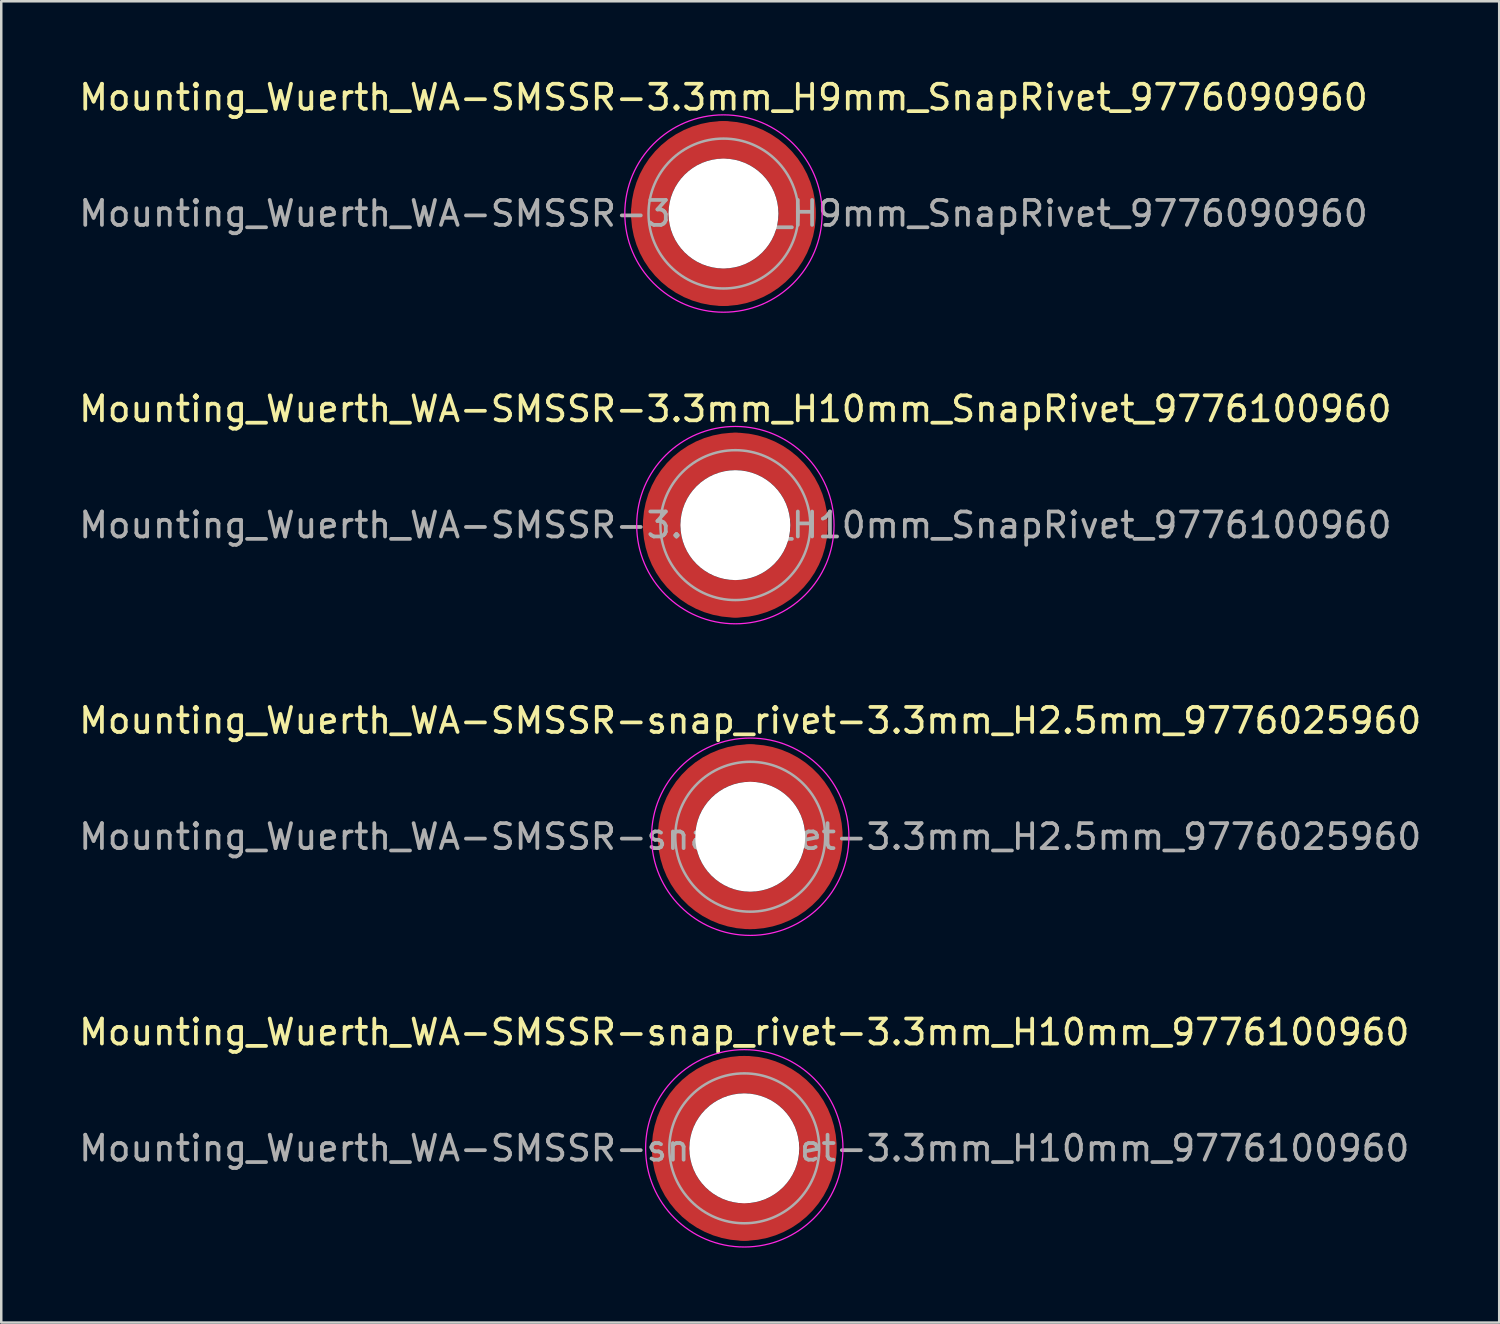
<source format=kicad_pcb>
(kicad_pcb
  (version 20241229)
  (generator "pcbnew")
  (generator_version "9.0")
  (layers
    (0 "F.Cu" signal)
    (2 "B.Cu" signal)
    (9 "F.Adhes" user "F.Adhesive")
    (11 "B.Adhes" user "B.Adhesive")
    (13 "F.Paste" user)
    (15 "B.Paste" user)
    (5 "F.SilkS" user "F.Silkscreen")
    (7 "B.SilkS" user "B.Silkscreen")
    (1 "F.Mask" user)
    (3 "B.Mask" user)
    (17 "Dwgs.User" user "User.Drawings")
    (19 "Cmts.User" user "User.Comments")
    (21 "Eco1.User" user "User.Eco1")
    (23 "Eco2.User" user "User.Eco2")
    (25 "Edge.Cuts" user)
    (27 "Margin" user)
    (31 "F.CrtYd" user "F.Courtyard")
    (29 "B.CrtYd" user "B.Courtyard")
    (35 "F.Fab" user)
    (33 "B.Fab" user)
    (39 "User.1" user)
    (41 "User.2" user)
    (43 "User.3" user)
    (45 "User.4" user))
  (footprint "Mounting_Wuerth_WA-SMSSR-3.3mm_H10mm_SnapRivet_9776100960"
    (layer "F.Cu")
    (at 26.387 17.971)
    (property "Reference" "Mounting_Wuerth_WA-SMSSR-3.3mm_H10mm_SnapRivet_9776100960" (at 0 -4.65 0) (layer "F.SilkS") (effects (font (size 1 1) (thickness 0.15))))
    (attr smd)
    (fp_circle (center 0 0) (end 3.95 0) (stroke (width 0.05) (type solid)) (fill no) (layer "F.CrtYd"))
    (fp_circle (center 0 0) (end 3 0) (stroke (width 0.1) (type solid)) (fill no) (layer "F.Fab"))
    (fp_text user "${REFERENCE}" (at 0 0 0) (layer "F.Fab") (effects (font (size 1 1) (thickness 0.15))))
    (pad "" smd custom (at -2.077 -2.077) (size 0.698 0.698) (layers "F.Paste") (options (anchor circle)) (primitives (gr_arc (start -0.208831 1.577126) (mid 0.422496 0.422496) (end 1.577126 -0.208831) (width 0.2)) (gr_arc (start -0.310669 1.577126) (mid 0.35208 0.35208) (end 1.577126 -0.310669) (width 0.2)) (gr_arc (start -0.412325 1.577126) (mid 0.281664 0.281664) (end 1.577126 -0.412325) (width 0.2)) (gr_arc (start -0.51382 1.577126) (mid 0.211248 0.211248) (end 1.577126 -0.51382) (width 0.2)) (gr_arc (start -0.615172 1.577126) (mid 0.140832 0.140832) (end 1.577126 -0.615172) (width 0.2)) (gr_arc (start -0.716397 1.577126) (mid 0.070416 0.070416) (end 1.577126 -0.716397) (width 0.2)) (gr_arc (start -0.817508 1.577126) (mid 0 0) (end 1.577126 -0.817508) (width 0.2)) (gr_arc (start -0.918517 1.577126) (mid -0.070416 -0.070416) (end 1.577126 -0.918517) (width 0.2)) (gr_arc (start -1.019433 1.577126) (mid -0.140832 -0.140832) (end 1.577126 -1.019433) (width 0.2)) (gr_arc (start -1.120266 1.577126) (mid -0.211248 -0.211248) (end 1.577126 -1.120266) (width 0.2)) (gr_arc (start -1.221022 1.577126) (mid -0.281664 -0.281664) (end 1.577126 -1.221022) (width 0.2)) (gr_arc (start -1.32171 1.577126) (mid -0.35208 -0.35208) (end 1.577126 -1.32171) (width 0.2)) (gr_arc (start -1.422335 1.577126) (mid -0.422497 -0.422497) (end 1.577126 -1.422335) (width 0.2)) (gr_line (start 1.577 -0.209) (end 1.577 -1.422) (width 0.2)) (gr_line (start -0.209 1.577) (end -1.422 1.577) (width 0.2))))
    (pad "" smd custom (at -2.077 2.077) (size 0.698 0.698) (layers "F.Paste") (options (anchor circle)) (primitives (gr_arc (start 1.577126 0.208831) (mid 0.422496 -0.422496) (end -0.208831 -1.577126) (width 0.2)) (gr_arc (start 1.577126 0.310669) (mid 0.35208 -0.35208) (end -0.310669 -1.577126) (width 0.2)) (gr_arc (start 1.577126 0.412325) (mid 0.281664 -0.281664) (end -0.412325 -1.577126) (width 0.2)) (gr_arc (start 1.577126 0.51382) (mid 0.211248 -0.211248) (end -0.51382 -1.577126) (width 0.2)) (gr_arc (start 1.577126 0.615172) (mid 0.140832 -0.140832) (end -0.615172 -1.577126) (width 0.2)) (gr_arc (start 1.577126 0.716397) (mid 0.070416 -0.070416) (end -0.716397 -1.577126) (width 0.2)) (gr_arc (start 1.577126 0.817508) (mid 0 0) (end -0.817508 -1.577126) (width 0.2)) (gr_arc (start 1.577126 0.918517) (mid -0.070416 0.070416) (end -0.918517 -1.577126) (width 0.2)) (gr_arc (start 1.577126 1.019433) (mid -0.140832 0.140832) (end -1.019433 -1.577126) (width 0.2)) (gr_arc (start 1.577126 1.120266) (mid -0.211248 0.211248) (end -1.120266 -1.577126) (width 0.2)) (gr_arc (start 1.577126 1.221022) (mid -0.281664 0.281664) (end -1.221022 -1.577126) (width 0.2)) (gr_arc (start 1.577126 1.32171) (mid -0.35208 0.35208) (end -1.32171 -1.577126) (width 0.2)) (gr_arc (start 1.577126 1.422335) (mid -0.422497 0.422497) (end -1.422335 -1.577126) (width 0.2)) (gr_line (start -0.209 -1.577) (end -1.422 -1.577) (width 0.2)) (gr_line (start 1.577 0.209) (end 1.577 1.422) (width 0.2))))
    (pad "" np_thru_hole circle (at 0 0) (size 4.4 4.4) (drill 4.4) (layers "*.Cu" "*.Mask"))
    (pad "" smd custom (at 2.077 -2.077) (size 0.698 0.698) (layers "F.Paste") (options (anchor circle)) (primitives (gr_arc (start -1.577126 -0.208831) (mid -0.422496 0.422496) (end 0.208831 1.577126) (width 0.2)) (gr_arc (start -1.577126 -0.310669) (mid -0.35208 0.35208) (end 0.310669 1.577126) (width 0.2)) (gr_arc (start -1.577126 -0.412325) (mid -0.281664 0.281664) (end 0.412325 1.577126) (width 0.2)) (gr_arc (start -1.577126 -0.51382) (mid -0.211248 0.211248) (end 0.51382 1.577126) (width 0.2)) (gr_arc (start -1.577126 -0.615172) (mid -0.140832 0.140832) (end 0.615172 1.577126) (width 0.2)) (gr_arc (start -1.577126 -0.716397) (mid -0.070416 0.070416) (end 0.716397 1.577126) (width 0.2)) (gr_arc (start -1.577126 -0.817508) (mid 0 0) (end 0.817508 1.577126) (width 0.2)) (gr_arc (start -1.577126 -0.918517) (mid 0.070416 -0.070416) (end 0.918517 1.577126) (width 0.2)) (gr_arc (start -1.577126 -1.019433) (mid 0.140832 -0.140832) (end 1.019433 1.577126) (width 0.2)) (gr_arc (start -1.577126 -1.120266) (mid 0.211248 -0.211248) (end 1.120266 1.577126) (width 0.2)) (gr_arc (start -1.577126 -1.221022) (mid 0.281664 -0.281664) (end 1.221022 1.577126) (width 0.2)) (gr_arc (start -1.577126 -1.32171) (mid 0.35208 -0.35208) (end 1.32171 1.577126) (width 0.2)) (gr_arc (start -1.577126 -1.422335) (mid 0.422497 -0.422497) (end 1.422335 1.577126) (width 0.2)) (gr_line (start 0.209 1.577) (end 1.422 1.577) (width 0.2)) (gr_line (start -1.577 -0.209) (end -1.577 -1.422) (width 0.2))))
    (pad "" smd custom (at 2.077 2.077) (size 0.698 0.698) (layers "F.Paste") (options (anchor circle)) (primitives (gr_arc (start 0.208831 -1.577126) (mid -0.422496 -0.422496) (end -1.577126 0.208831) (width 0.2)) (gr_arc (start 0.310669 -1.577126) (mid -0.35208 -0.35208) (end -1.577126 0.310669) (width 0.2)) (gr_arc (start 0.412325 -1.577126) (mid -0.281664 -0.281664) (end -1.577126 0.412325) (width 0.2)) (gr_arc (start 0.51382 -1.577126) (mid -0.211248 -0.211248) (end -1.577126 0.51382) (width 0.2)) (gr_arc (start 0.615172 -1.577126) (mid -0.140832 -0.140832) (end -1.577126 0.615172) (width 0.2)) (gr_arc (start 0.716397 -1.577126) (mid -0.070416 -0.070416) (end -1.577126 0.716397) (width 0.2)) (gr_arc (start 0.817508 -1.577126) (mid 0 0) (end -1.577126 0.817508) (width 0.2)) (gr_arc (start 0.918517 -1.577126) (mid 0.070416 0.070416) (end -1.577126 0.918517) (width 0.2)) (gr_arc (start 1.019433 -1.577126) (mid 0.140832 0.140832) (end -1.577126 1.019433) (width 0.2)) (gr_arc (start 1.120266 -1.577126) (mid 0.211248 0.211248) (end -1.577126 1.120266) (width 0.2)) (gr_arc (start 1.221022 -1.577126) (mid 0.281664 0.281664) (end -1.577126 1.221022) (width 0.2)) (gr_arc (start 1.32171 -1.577126) (mid 0.35208 0.35208) (end -1.577126 1.32171) (width 0.2)) (gr_arc (start 1.422335 -1.577126) (mid 0.422497 0.422497) (end -1.577126 1.422335) (width 0.2)) (gr_line (start -1.577 0.209) (end -1.577 1.422) (width 0.2)) (gr_line (start 0.209 -1.577) (end 1.422 -1.577) (width 0.2))))
    (pad "1" smd circle (at -2.95 0) (size 1.5 1.5) (layers "F.Cu"))
    (pad "1" smd circle (at 0 -2.95) (size 1.5 1.5) (layers "F.Cu"))
    (pad "1" smd circle (at 0 2.95) (size 1.5 1.5) (layers "F.Cu"))
    (pad "1" smd custom (at 2.95 0) (size 1.5 1.5) (layers "F.Cu" "F.Mask") (options (anchor circle)) (primitives (gr_circle (center -2.95 0) (end 0 0) (width 1.5) (fill no)))))
  (footprint "Mounting_Wuerth_WA-SMSSR-snap_rivet-3.3mm_H2.5mm_9776025960"
    (layer "F.Cu")
    (at 26.982 30.445)
    (property "Reference" "Mounting_Wuerth_WA-SMSSR-snap_rivet-3.3mm_H2.5mm_9776025960" (at 0 -4.65 0) (layer "F.SilkS") (effects (font (size 1 1) (thickness 0.15))))
    (attr smd)
    (fp_circle (center 0 0) (end 3.95 0) (stroke (width 0.05) (type solid)) (fill no) (layer "F.CrtYd"))
    (fp_circle (center 0 0) (end 3 0) (stroke (width 0.1) (type solid)) (fill no) (layer "F.Fab"))
    (fp_text user "${REFERENCE}" (at 0 0 0) (layer "F.Fab") (effects (font (size 1 1) (thickness 0.15))))
    (pad "" smd custom (at -2.077 -2.077) (size 1.395 1.395) (layers "F.Paste") (options (anchor circle)) (primitives (gr_arc (start -0.400978 1.328376) (mid 0.246603 0.246603) (end 1.328376 -0.400978) (width 0.6975)) (gr_arc (start -0.763346 1.328376) (mid 0 0) (end 1.328376 -0.763346) (width 0.6975)) (gr_arc (start -1.122688 1.328376) (mid -0.246603 -0.246603) (end 1.328376 -1.122688) (width 0.6975)) (gr_line (start 1.328 -0.401) (end 1.328 -1.123) (width 0.698)) (gr_line (start -0.401 1.328) (end -1.123 1.328) (width 0.698))))
    (pad "" smd custom (at -2.077 2.077) (size 1.395 1.395) (layers "F.Paste") (options (anchor circle)) (primitives (gr_arc (start 1.328376 0.400978) (mid 0.246603 -0.246603) (end -0.400978 -1.328376) (width 0.6975)) (gr_arc (start 1.328376 0.763346) (mid 0 0) (end -0.763346 -1.328376) (width 0.6975)) (gr_arc (start 1.328376 1.122688) (mid -0.246603 0.246603) (end -1.122688 -1.328376) (width 0.6975)) (gr_line (start -0.401 -1.328) (end -1.123 -1.328) (width 0.698)) (gr_line (start 1.328 0.401) (end 1.328 1.123) (width 0.698))))
    (pad "" np_thru_hole circle (at 0 0) (size 4.4 4.4) (drill 4.4) (layers "*.Cu" "*.Mask"))
    (pad "" smd custom (at 2.077 -2.077) (size 1.395 1.395) (layers "F.Paste") (options (anchor circle)) (primitives (gr_arc (start -1.328376 -0.400978) (mid -0.246603 0.246603) (end 0.400978 1.328376) (width 0.6975)) (gr_arc (start -1.328376 -0.763346) (mid 0 0) (end 0.763346 1.328376) (width 0.6975)) (gr_arc (start -1.328376 -1.122688) (mid 0.246603 -0.246603) (end 1.122688 1.328376) (width 0.6975)) (gr_line (start 0.401 1.328) (end 1.123 1.328) (width 0.698)) (gr_line (start -1.328 -0.401) (end -1.328 -1.123) (width 0.698))))
    (pad "" smd custom (at 2.077 2.077) (size 1.395 1.395) (layers "F.Paste") (options (anchor circle)) (primitives (gr_arc (start 0.400978 -1.328376) (mid -0.246603 -0.246603) (end -1.328376 0.400978) (width 0.6975)) (gr_arc (start 0.763346 -1.328376) (mid 0 0) (end -1.328376 0.763346) (width 0.6975)) (gr_arc (start 1.122688 -1.328376) (mid 0.246603 0.246603) (end -1.328376 1.122688) (width 0.6975)) (gr_line (start -1.328 0.401) (end -1.328 1.123) (width 0.698)) (gr_line (start 0.401 -1.328) (end 1.123 -1.328) (width 0.698))))
    (pad "1" smd circle (at -2.95 0) (size 1.5 1.5) (layers "F.Cu"))
    (pad "1" smd circle (at 0 -2.95) (size 1.5 1.5) (layers "F.Cu"))
    (pad "1" smd circle (at 0 2.95) (size 1.5 1.5) (layers "F.Cu"))
    (pad "1" smd custom (at 2.95 0) (size 1.5 1.5) (layers "F.Cu" "F.Mask") (options (anchor circle)) (primitives (gr_circle (center -2.95 0) (end 0 0) (width 1.5) (fill no)))))
  (footprint "Mounting_Wuerth_WA-SMSSR-snap_rivet-3.3mm_H10mm_9776100960"
    (layer "F.Cu")
    (at 26.744 42.918)
    (property "Reference" "Mounting_Wuerth_WA-SMSSR-snap_rivet-3.3mm_H10mm_9776100960" (at 0 -4.65 0) (layer "F.SilkS") (effects (font (size 1 1) (thickness 0.15))))
    (attr smd)
    (fp_circle (center 0 0) (end 3.95 0) (stroke (width 0.05) (type solid)) (fill no) (layer "F.CrtYd"))
    (fp_circle (center 0 0) (end 3 0) (stroke (width 0.1) (type solid)) (fill no) (layer "F.Fab"))
    (fp_text user "${REFERENCE}" (at 0 0 0) (layer "F.Fab") (effects (font (size 1 1) (thickness 0.15))))
    (pad "" smd custom (at -2.077 -2.077) (size 1.395 1.395) (layers "F.Paste") (options (anchor circle)) (primitives (gr_arc (start -0.400978 1.328376) (mid 0.246603 0.246603) (end 1.328376 -0.400978) (width 0.6975)) (gr_arc (start -0.763346 1.328376) (mid 0 0) (end 1.328376 -0.763346) (width 0.6975)) (gr_arc (start -1.122688 1.328376) (mid -0.246603 -0.246603) (end 1.328376 -1.122688) (width 0.6975)) (gr_line (start 1.328 -0.401) (end 1.328 -1.123) (width 0.698)) (gr_line (start -0.401 1.328) (end -1.123 1.328) (width 0.698))))
    (pad "" smd custom (at -2.077 2.077) (size 1.395 1.395) (layers "F.Paste") (options (anchor circle)) (primitives (gr_arc (start 1.328376 0.400978) (mid 0.246603 -0.246603) (end -0.400978 -1.328376) (width 0.6975)) (gr_arc (start 1.328376 0.763346) (mid 0 0) (end -0.763346 -1.328376) (width 0.6975)) (gr_arc (start 1.328376 1.122688) (mid -0.246603 0.246603) (end -1.122688 -1.328376) (width 0.6975)) (gr_line (start -0.401 -1.328) (end -1.123 -1.328) (width 0.698)) (gr_line (start 1.328 0.401) (end 1.328 1.123) (width 0.698))))
    (pad "" np_thru_hole circle (at 0 0) (size 4.4 4.4) (drill 4.4) (layers "*.Cu" "*.Mask"))
    (pad "" smd custom (at 2.077 -2.077) (size 1.395 1.395) (layers "F.Paste") (options (anchor circle)) (primitives (gr_arc (start -1.328376 -0.400978) (mid -0.246603 0.246603) (end 0.400978 1.328376) (width 0.6975)) (gr_arc (start -1.328376 -0.763346) (mid 0 0) (end 0.763346 1.328376) (width 0.6975)) (gr_arc (start -1.328376 -1.122688) (mid 0.246603 -0.246603) (end 1.122688 1.328376) (width 0.6975)) (gr_line (start 0.401 1.328) (end 1.123 1.328) (width 0.698)) (gr_line (start -1.328 -0.401) (end -1.328 -1.123) (width 0.698))))
    (pad "" smd custom (at 2.077 2.077) (size 1.395 1.395) (layers "F.Paste") (options (anchor circle)) (primitives (gr_arc (start 0.400978 -1.328376) (mid -0.246603 -0.246603) (end -1.328376 0.400978) (width 0.6975)) (gr_arc (start 0.763346 -1.328376) (mid 0 0) (end -1.328376 0.763346) (width 0.6975)) (gr_arc (start 1.122688 -1.328376) (mid 0.246603 0.246603) (end -1.328376 1.122688) (width 0.6975)) (gr_line (start -1.328 0.401) (end -1.328 1.123) (width 0.698)) (gr_line (start 0.401 -1.328) (end 1.123 -1.328) (width 0.698))))
    (pad "1" smd circle (at -2.95 0) (size 1.5 1.5) (layers "F.Cu"))
    (pad "1" smd circle (at 0 -2.95) (size 1.5 1.5) (layers "F.Cu"))
    (pad "1" smd circle (at 0 2.95) (size 1.5 1.5) (layers "F.Cu"))
    (pad "1" smd custom (at 2.95 0) (size 1.5 1.5) (layers "F.Cu" "F.Mask") (options (anchor circle)) (primitives (gr_circle (center -2.95 0) (end 0 0) (width 1.5) (fill no)))))
  (footprint "Mounting_Wuerth_WA-SMSSR-3.3mm_H9mm_SnapRivet_9776090960"
    (layer "F.Cu")
    (at 25.911 5.498)
    (property "Reference" "Mounting_Wuerth_WA-SMSSR-3.3mm_H9mm_SnapRivet_9776090960" (at 0 -4.65 0) (layer "F.SilkS") (effects (font (size 1 1) (thickness 0.15))))
    (attr smd)
    (fp_circle (center 0 0) (end 3.95 0) (stroke (width 0.05) (type solid)) (fill no) (layer "F.CrtYd"))
    (fp_circle (center 0 0) (end 3 0) (stroke (width 0.1) (type solid)) (fill no) (layer "F.Fab"))
    (fp_text user "${REFERENCE}" (at 0 0 0) (layer "F.Fab") (effects (font (size 1 1) (thickness 0.15))))
    (pad "" smd custom (at -2.077 -2.077) (size 0.698 0.698) (layers "F.Paste") (options (anchor circle)) (primitives (gr_arc (start -0.208831 1.577126) (mid 0.422496 0.422496) (end 1.577126 -0.208831) (width 0.2)) (gr_arc (start -0.310669 1.577126) (mid 0.35208 0.35208) (end 1.577126 -0.310669) (width 0.2)) (gr_arc (start -0.412325 1.577126) (mid 0.281664 0.281664) (end 1.577126 -0.412325) (width 0.2)) (gr_arc (start -0.51382 1.577126) (mid 0.211248 0.211248) (end 1.577126 -0.51382) (width 0.2)) (gr_arc (start -0.615172 1.577126) (mid 0.140832 0.140832) (end 1.577126 -0.615172) (width 0.2)) (gr_arc (start -0.716397 1.577126) (mid 0.070416 0.070416) (end 1.577126 -0.716397) (width 0.2)) (gr_arc (start -0.817508 1.577126) (mid 0 0) (end 1.577126 -0.817508) (width 0.2)) (gr_arc (start -0.918517 1.577126) (mid -0.070416 -0.070416) (end 1.577126 -0.918517) (width 0.2)) (gr_arc (start -1.019433 1.577126) (mid -0.140832 -0.140832) (end 1.577126 -1.019433) (width 0.2)) (gr_arc (start -1.120266 1.577126) (mid -0.211248 -0.211248) (end 1.577126 -1.120266) (width 0.2)) (gr_arc (start -1.221022 1.577126) (mid -0.281664 -0.281664) (end 1.577126 -1.221022) (width 0.2)) (gr_arc (start -1.32171 1.577126) (mid -0.35208 -0.35208) (end 1.577126 -1.32171) (width 0.2)) (gr_arc (start -1.422335 1.577126) (mid -0.422497 -0.422497) (end 1.577126 -1.422335) (width 0.2)) (gr_line (start 1.577 -0.209) (end 1.577 -1.422) (width 0.2)) (gr_line (start -0.209 1.577) (end -1.422 1.577) (width 0.2))))
    (pad "" smd custom (at -2.077 2.077) (size 0.698 0.698) (layers "F.Paste") (options (anchor circle)) (primitives (gr_arc (start 1.577126 0.208831) (mid 0.422496 -0.422496) (end -0.208831 -1.577126) (width 0.2)) (gr_arc (start 1.577126 0.310669) (mid 0.35208 -0.35208) (end -0.310669 -1.577126) (width 0.2)) (gr_arc (start 1.577126 0.412325) (mid 0.281664 -0.281664) (end -0.412325 -1.577126) (width 0.2)) (gr_arc (start 1.577126 0.51382) (mid 0.211248 -0.211248) (end -0.51382 -1.577126) (width 0.2)) (gr_arc (start 1.577126 0.615172) (mid 0.140832 -0.140832) (end -0.615172 -1.577126) (width 0.2)) (gr_arc (start 1.577126 0.716397) (mid 0.070416 -0.070416) (end -0.716397 -1.577126) (width 0.2)) (gr_arc (start 1.577126 0.817508) (mid 0 0) (end -0.817508 -1.577126) (width 0.2)) (gr_arc (start 1.577126 0.918517) (mid -0.070416 0.070416) (end -0.918517 -1.577126) (width 0.2)) (gr_arc (start 1.577126 1.019433) (mid -0.140832 0.140832) (end -1.019433 -1.577126) (width 0.2)) (gr_arc (start 1.577126 1.120266) (mid -0.211248 0.211248) (end -1.120266 -1.577126) (width 0.2)) (gr_arc (start 1.577126 1.221022) (mid -0.281664 0.281664) (end -1.221022 -1.577126) (width 0.2)) (gr_arc (start 1.577126 1.32171) (mid -0.35208 0.35208) (end -1.32171 -1.577126) (width 0.2)) (gr_arc (start 1.577126 1.422335) (mid -0.422497 0.422497) (end -1.422335 -1.577126) (width 0.2)) (gr_line (start -0.209 -1.577) (end -1.422 -1.577) (width 0.2)) (gr_line (start 1.577 0.209) (end 1.577 1.422) (width 0.2))))
    (pad "" np_thru_hole circle (at 0 0) (size 4.4 4.4) (drill 4.4) (layers "*.Cu" "*.Mask"))
    (pad "" smd custom (at 2.077 -2.077) (size 0.698 0.698) (layers "F.Paste") (options (anchor circle)) (primitives (gr_arc (start -1.577126 -0.208831) (mid -0.422496 0.422496) (end 0.208831 1.577126) (width 0.2)) (gr_arc (start -1.577126 -0.310669) (mid -0.35208 0.35208) (end 0.310669 1.577126) (width 0.2)) (gr_arc (start -1.577126 -0.412325) (mid -0.281664 0.281664) (end 0.412325 1.577126) (width 0.2)) (gr_arc (start -1.577126 -0.51382) (mid -0.211248 0.211248) (end 0.51382 1.577126) (width 0.2)) (gr_arc (start -1.577126 -0.615172) (mid -0.140832 0.140832) (end 0.615172 1.577126) (width 0.2)) (gr_arc (start -1.577126 -0.716397) (mid -0.070416 0.070416) (end 0.716397 1.577126) (width 0.2)) (gr_arc (start -1.577126 -0.817508) (mid 0 0) (end 0.817508 1.577126) (width 0.2)) (gr_arc (start -1.577126 -0.918517) (mid 0.070416 -0.070416) (end 0.918517 1.577126) (width 0.2)) (gr_arc (start -1.577126 -1.019433) (mid 0.140832 -0.140832) (end 1.019433 1.577126) (width 0.2)) (gr_arc (start -1.577126 -1.120266) (mid 0.211248 -0.211248) (end 1.120266 1.577126) (width 0.2)) (gr_arc (start -1.577126 -1.221022) (mid 0.281664 -0.281664) (end 1.221022 1.577126) (width 0.2)) (gr_arc (start -1.577126 -1.32171) (mid 0.35208 -0.35208) (end 1.32171 1.577126) (width 0.2)) (gr_arc (start -1.577126 -1.422335) (mid 0.422497 -0.422497) (end 1.422335 1.577126) (width 0.2)) (gr_line (start 0.209 1.577) (end 1.422 1.577) (width 0.2)) (gr_line (start -1.577 -0.209) (end -1.577 -1.422) (width 0.2))))
    (pad "" smd custom (at 2.077 2.077) (size 0.698 0.698) (layers "F.Paste") (options (anchor circle)) (primitives (gr_arc (start 0.208831 -1.577126) (mid -0.422496 -0.422496) (end -1.577126 0.208831) (width 0.2)) (gr_arc (start 0.310669 -1.577126) (mid -0.35208 -0.35208) (end -1.577126 0.310669) (width 0.2)) (gr_arc (start 0.412325 -1.577126) (mid -0.281664 -0.281664) (end -1.577126 0.412325) (width 0.2)) (gr_arc (start 0.51382 -1.577126) (mid -0.211248 -0.211248) (end -1.577126 0.51382) (width 0.2)) (gr_arc (start 0.615172 -1.577126) (mid -0.140832 -0.140832) (end -1.577126 0.615172) (width 0.2)) (gr_arc (start 0.716397 -1.577126) (mid -0.070416 -0.070416) (end -1.577126 0.716397) (width 0.2)) (gr_arc (start 0.817508 -1.577126) (mid 0 0) (end -1.577126 0.817508) (width 0.2)) (gr_arc (start 0.918517 -1.577126) (mid 0.070416 0.070416) (end -1.577126 0.918517) (width 0.2)) (gr_arc (start 1.019433 -1.577126) (mid 0.140832 0.140832) (end -1.577126 1.019433) (width 0.2)) (gr_arc (start 1.120266 -1.577126) (mid 0.211248 0.211248) (end -1.577126 1.120266) (width 0.2)) (gr_arc (start 1.221022 -1.577126) (mid 0.281664 0.281664) (end -1.577126 1.221022) (width 0.2)) (gr_arc (start 1.32171 -1.577126) (mid 0.35208 0.35208) (end -1.577126 1.32171) (width 0.2)) (gr_arc (start 1.422335 -1.577126) (mid 0.422497 0.422497) (end -1.577126 1.422335) (width 0.2)) (gr_line (start -1.577 0.209) (end -1.577 1.422) (width 0.2)) (gr_line (start 0.209 -1.577) (end 1.422 -1.577) (width 0.2))))
    (pad "1" smd circle (at -2.95 0) (size 1.5 1.5) (layers "F.Cu"))
    (pad "1" smd circle (at 0 -2.95) (size 1.5 1.5) (layers "F.Cu"))
    (pad "1" smd circle (at 0 2.95) (size 1.5 1.5) (layers "F.Cu"))
    (pad "1" smd custom (at 2.95 0) (size 1.5 1.5) (layers "F.Cu" "F.Mask") (options (anchor circle)) (primitives (gr_circle (center -2.95 0) (end 0 0) (width 1.5) (fill no)))))
  (gr_rect
    (start -3 -3)
    (end 56.964 49.893)
    (stroke (width 0.1) (type default))
    (fill no)
    (layer "Edge.Cuts")))
</source>
